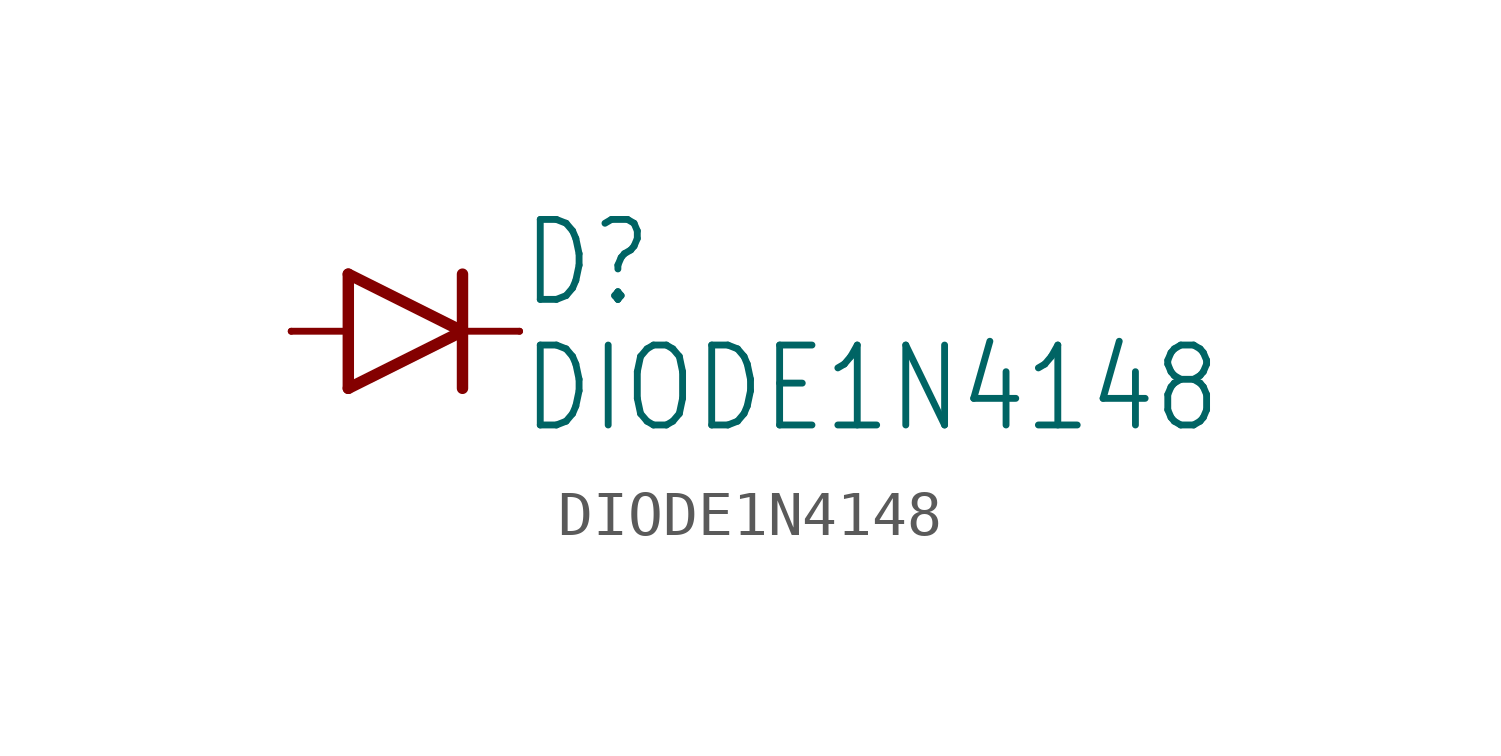
<source format=kicad_sym>
(kicad_symbol_lib
  (version 20220914)
  (generator kicad_symbol_editor)
  (symbol "DIODE1N4148"
    (property "Reference" "D"
      (at 2.54 0.483 0)
      (effects (font (size 1.778 1.511)) (justify left bottom)))
    (property "Value" "DIODE1N4148"
      (at 2.54 -2.311 0)
      (effects (font (size 1.778 1.511)) (justify left bottom)))
    (property "ki_locked" ""
      (at 0 0 0)
      (effects (font (size 1.27 1.27))))
    (symbol "DIODE1N4148_1_0"
      (polyline (pts (xy -2.54 0) (xy -1.27 0)) (stroke (width 0.152) (type default)) (fill (type none)))
      (polyline (pts (xy -1.27 -1.27) (xy 1.27 0)) (stroke (width 0.254) (type default)) (fill (type none)))
      (polyline (pts (xy -1.27 0) (xy -1.27 -1.27)) (stroke (width 0.254) (type default)) (fill (type none)))
      (polyline (pts (xy -1.27 1.27) (xy -1.27 0)) (stroke (width 0.254) (type default)) (fill (type none)))
      (polyline (pts (xy 1.27 0) (xy -1.27 1.27)) (stroke (width 0.254) (type default)) (fill (type none)))
      (polyline (pts (xy 1.27 0) (xy 1.27 -1.27)) (stroke (width 0.254) (type default)) (fill (type none)))
      (polyline (pts (xy 1.27 1.27) (xy 1.27 0)) (stroke (width 0.254) (type default)) (fill (type none)))
      (polyline (pts (xy 2.54 0) (xy 1.27 0)) (stroke (width 0.152) (type default)) (fill (type none)))
      (pin passive line (at -2.54 0 0) (length 0) (name "A" (effects (font (size 0 0)))) (number "A" (effects (font (size 0 0)))))
      (pin passive line (at 2.54 0 180) (length 0) (name "C" (effects (font (size 0 0)))) (number "C" (effects (font (size 0 0))))))))
</source>
